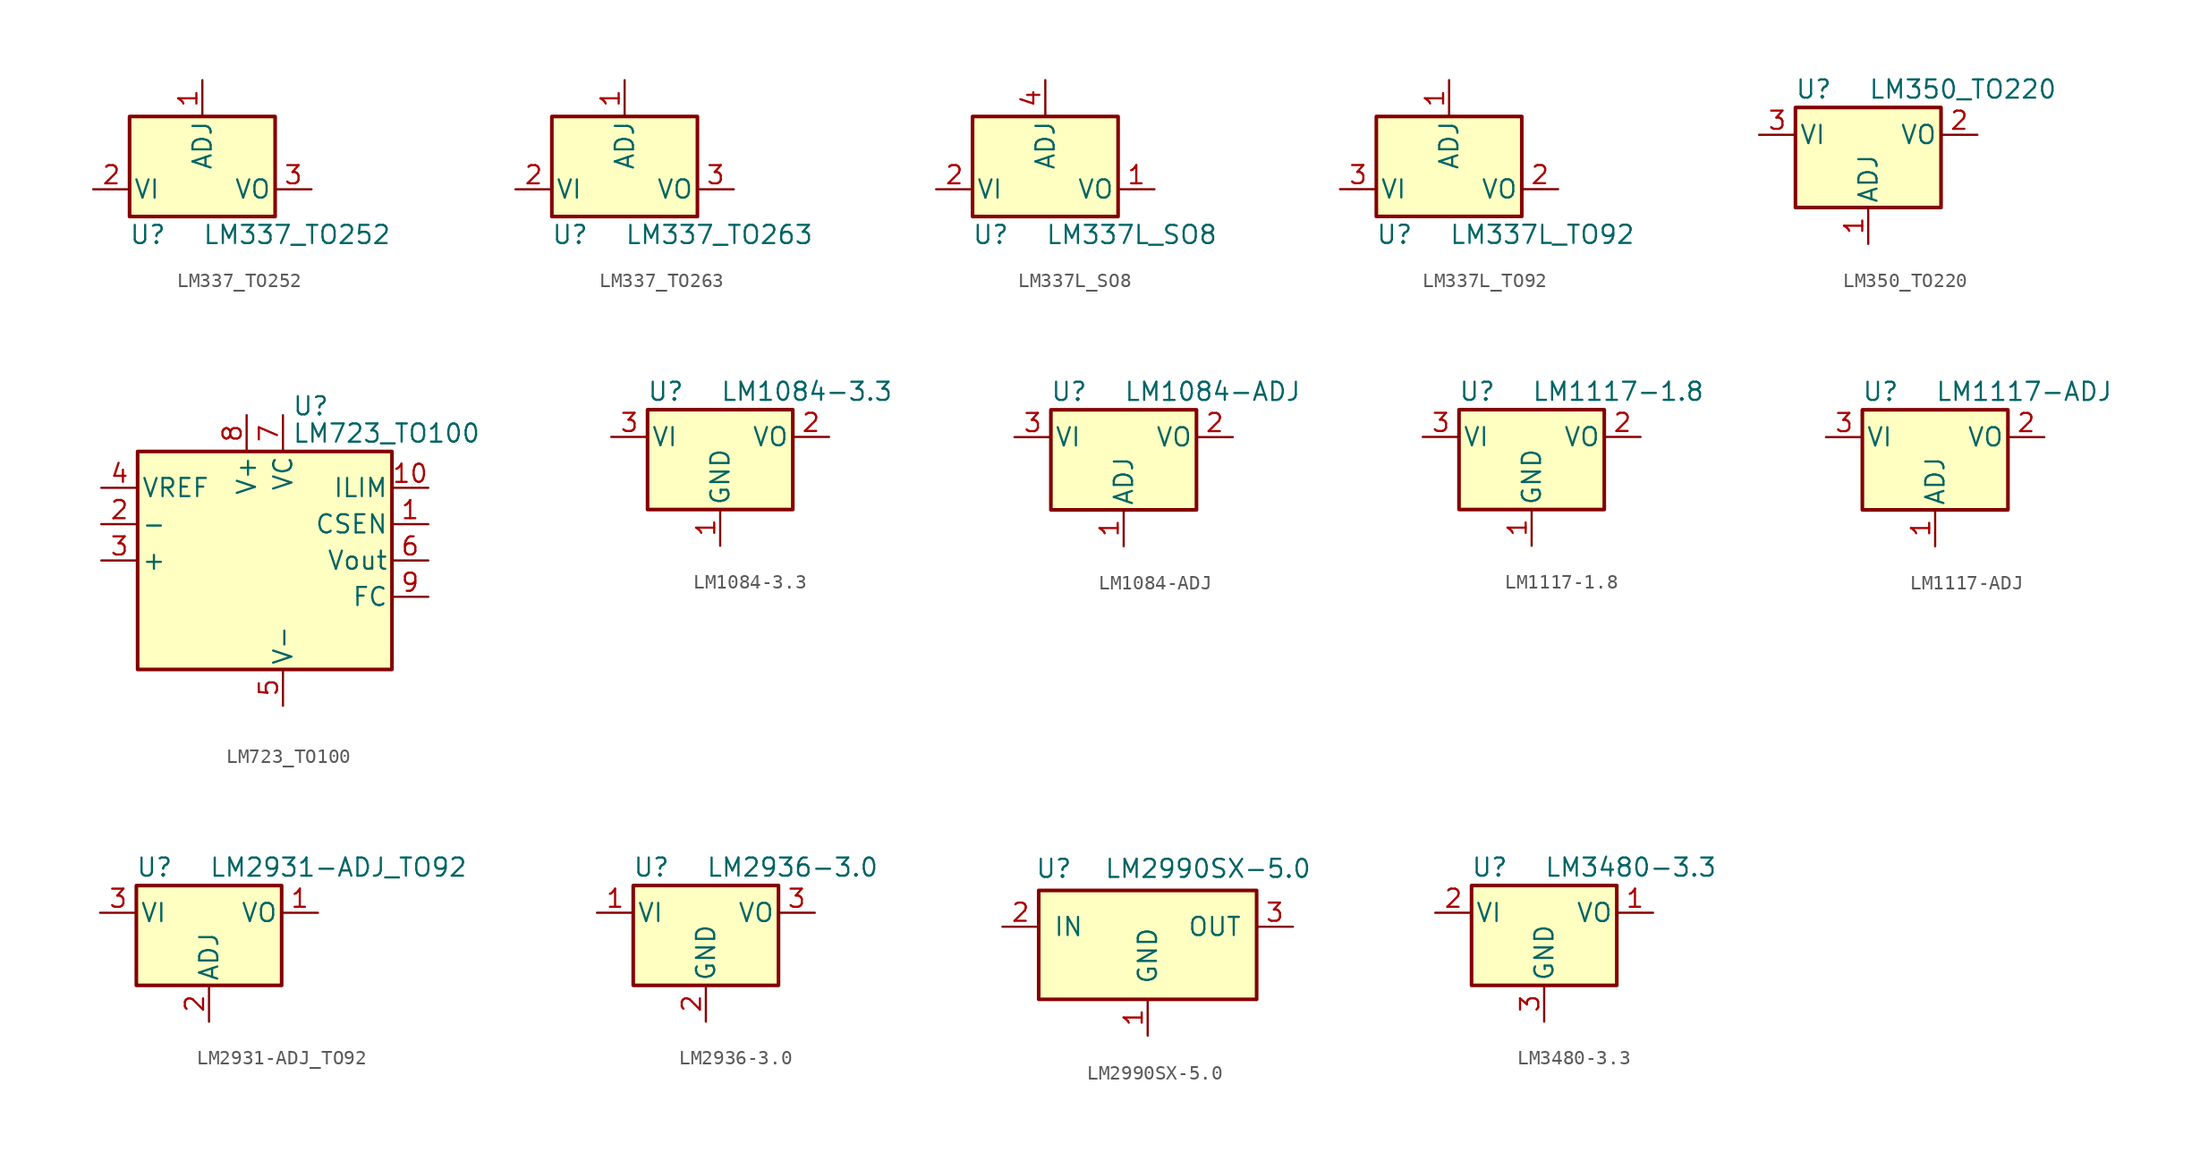
<source format=kicad_sym>
(kicad_symbol_lib
  (version 20220914)
  (generator kicad_symbol_editor)
  (symbol "LM337_TO252"
    (pin_names
      (offset 0.254))
    (property "Reference" "U"
      (at -3.81 -3.175 0)
      (effects (font (size 1.27 1.27))))
    (property "Value" "LM337_TO252"
      (at 0 -3.175 0)
      (effects (font (size 1.27 1.27)) (justify left)))
    (symbol "LM337_TO252_0_1"
      (rectangle (start -5.08 5.08) (end 5.08 -1.905) (stroke (width 0.254) (type solid)) (fill (type background))))
    (symbol "LM337_TO252_1_1"
      (pin input line (at 0 7.62 270) (length 2.54) (name "ADJ" (effects (font (size 1.27 1.27)))) (number "1" (effects (font (size 1.27 1.27)))))
      (pin power_in line (at -7.62 0 0) (length 2.54) (name "VI" (effects (font (size 1.27 1.27)))) (number "2" (effects (font (size 1.27 1.27)))))
      (pin power_out line (at 7.62 0 180) (length 2.54) (name "VO" (effects (font (size 1.27 1.27)))) (number "3" (effects (font (size 1.27 1.27)))))))
  (symbol "LM337_TO263"
    (pin_names
      (offset 0.254))
    (property "Reference" "U"
      (at -3.81 -3.175 0)
      (effects (font (size 1.27 1.27))))
    (property "Value" "LM337_TO263"
      (at 0 -3.175 0)
      (effects (font (size 1.27 1.27)) (justify left)))
    (symbol "LM337_TO263_0_1"
      (rectangle (start -5.08 5.08) (end 5.08 -1.905) (stroke (width 0.254) (type solid)) (fill (type background))))
    (symbol "LM337_TO263_1_1"
      (pin input line (at 0 7.62 270) (length 2.54) (name "ADJ" (effects (font (size 1.27 1.27)))) (number "1" (effects (font (size 1.27 1.27)))))
      (pin power_in line (at -7.62 0 0) (length 2.54) (name "VI" (effects (font (size 1.27 1.27)))) (number "2" (effects (font (size 1.27 1.27)))))
      (pin power_out line (at 7.62 0 180) (length 2.54) (name "VO" (effects (font (size 1.27 1.27)))) (number "3" (effects (font (size 1.27 1.27)))))))
  (symbol "LM337L_SO8"
    (pin_names
      (offset 0.254))
    (property "Reference" "U"
      (at -3.81 -3.175 0)
      (effects (font (size 1.27 1.27))))
    (property "Value" "LM337L_SO8"
      (at 0 -3.175 0)
      (effects (font (size 1.27 1.27)) (justify left)))
    (symbol "LM337L_SO8_0_1"
      (rectangle (start -5.08 5.08) (end 5.08 -1.905) (stroke (width 0.254) (type solid)) (fill (type background))))
    (symbol "LM337L_SO8_1_1"
      (pin power_out line (at 7.62 0 180) (length 2.54) (name "VO" (effects (font (size 1.27 1.27)))) (number "1" (effects (font (size 1.27 1.27)))))
      (pin power_in line (at -7.62 0 0) (length 2.54) (name "VI" (effects (font (size 1.27 1.27)))) (number "2" (effects (font (size 1.27 1.27)))))
      (pin passive line (at -7.62 0 0) (length 2.54) hide (name "VI" (effects (font (size 1.27 1.27)))) (number "3" (effects (font (size 1.27 1.27)))))
      (pin input line (at 0 7.62 270) (length 2.54) (name "ADJ" (effects (font (size 1.27 1.27)))) (number "4" (effects (font (size 1.27 1.27)))))
      (pin no_connect line (at -7.62 2.54 0) (length 2.54) hide (name "NC" (effects (font (size 1.27 1.27)))) (number "5" (effects (font (size 1.27 1.27)))))
      (pin passive line (at -7.62 0 0) (length 2.54) hide (name "VI" (effects (font (size 1.27 1.27)))) (number "6" (effects (font (size 1.27 1.27)))))
      (pin passive line (at -7.62 0 0) (length 2.54) hide (name "VI" (effects (font (size 1.27 1.27)))) (number "7" (effects (font (size 1.27 1.27)))))
      (pin no_connect line (at 7.62 2.54 180) (length 2.54) hide (name "NC" (effects (font (size 1.27 1.27)))) (number "8" (effects (font (size 1.27 1.27)))))))
  (symbol "LM337L_TO92"
    (pin_names
      (offset 0.254))
    (property "Reference" "U"
      (at -3.81 -3.175 0)
      (effects (font (size 1.27 1.27))))
    (property "Value" "LM337L_TO92"
      (at 0 -3.175 0)
      (effects (font (size 1.27 1.27)) (justify left)))
    (symbol "LM337L_TO92_0_1"
      (rectangle (start -5.08 5.08) (end 5.08 -1.905) (stroke (width 0.254) (type solid)) (fill (type background))))
    (symbol "LM337L_TO92_1_1"
      (pin input line (at 0 7.62 270) (length 2.54) (name "ADJ" (effects (font (size 1.27 1.27)))) (number "1" (effects (font (size 1.27 1.27)))))
      (pin power_out line (at 7.62 0 180) (length 2.54) (name "VO" (effects (font (size 1.27 1.27)))) (number "2" (effects (font (size 1.27 1.27)))))
      (pin power_in line (at -7.62 0 0) (length 2.54) (name "VI" (effects (font (size 1.27 1.27)))) (number "3" (effects (font (size 1.27 1.27)))))))
  (symbol "LM350_TO220"
    (pin_names
      (offset 0.254))
    (property "Reference" "U"
      (at -3.81 3.175 0)
      (effects (font (size 1.27 1.27))))
    (property "Value" "LM350_TO220"
      (at 0 3.175 0)
      (effects (font (size 1.27 1.27)) (justify left)))
    (symbol "LM350_TO220_0_1"
      (rectangle (start -5.08 1.905) (end 5.08 -5.08) (stroke (width 0.254) (type solid)) (fill (type background))))
    (symbol "LM350_TO220_1_1"
      (pin input line (at 0 -7.62 90) (length 2.54) (name "ADJ" (effects (font (size 1.27 1.27)))) (number "1" (effects (font (size 1.27 1.27)))))
      (pin power_out line (at 7.62 0 180) (length 2.54) (name "VO" (effects (font (size 1.27 1.27)))) (number "2" (effects (font (size 1.27 1.27)))))
      (pin power_in line (at -7.62 0 0) (length 2.54) (name "VI" (effects (font (size 1.27 1.27)))) (number "3" (effects (font (size 1.27 1.27)))))))
  (symbol "LM723_TO100"
    (pin_names
      (offset 0.254))
    (property "Reference" "U"
      (at 0.635 10.795 0)
      (effects (font (size 1.27 1.27)) (justify left)))
    (property "Value" "LM723_TO100"
      (at 0.635 8.89 0)
      (effects (font (size 1.27 1.27)) (justify left)))
    (symbol "LM723_TO100_0_1"
      (rectangle (start -10.16 -7.62) (end 7.62 7.62) (stroke (width 0.254) (type solid)) (fill (type background))))
    (symbol "LM723_TO100_1_1"
      (pin input line (at 10.16 2.54 180) (length 2.54) (name "CSEN" (effects (font (size 1.27 1.27)))) (number "1" (effects (font (size 1.27 1.27)))))
      (pin input line (at 10.16 5.08 180) (length 2.54) (name "ILIM" (effects (font (size 1.27 1.27)))) (number "10" (effects (font (size 1.27 1.27)))))
      (pin input line (at -12.7 2.54 0) (length 2.54) (name "-" (effects (font (size 1.27 1.27)))) (number "2" (effects (font (size 1.27 1.27)))))
      (pin input line (at -12.7 0 0) (length 2.54) (name "+" (effects (font (size 1.27 1.27)))) (number "3" (effects (font (size 1.27 1.27)))))
      (pin power_out line (at -12.7 5.08 0) (length 2.54) (name "VREF" (effects (font (size 1.27 1.27)))) (number "4" (effects (font (size 1.27 1.27)))))
      (pin power_in line (at 0 -10.16 90) (length 2.54) (name "V-" (effects (font (size 1.27 1.27)))) (number "5" (effects (font (size 1.27 1.27)))))
      (pin power_out line (at 10.16 0 180) (length 2.54) (name "Vout" (effects (font (size 1.27 1.27)))) (number "6" (effects (font (size 1.27 1.27)))))
      (pin power_in line (at 0 10.16 270) (length 2.54) (name "VC" (effects (font (size 1.27 1.27)))) (number "7" (effects (font (size 1.27 1.27)))))
      (pin power_in line (at -2.54 10.16 270) (length 2.54) (name "V+" (effects (font (size 1.27 1.27)))) (number "8" (effects (font (size 1.27 1.27)))))
      (pin input line (at 10.16 -2.54 180) (length 2.54) (name "FC" (effects (font (size 1.27 1.27)))) (number "9" (effects (font (size 1.27 1.27)))))))
  (symbol "LM1084-3.3"
    (pin_names
      (offset 0.254))
    (property "Reference" "U"
      (at -3.81 3.175 0)
      (effects (font (size 1.27 1.27))))
    (property "Value" "LM1084-3.3"
      (at 0 3.175 0)
      (effects (font (size 1.27 1.27)) (justify left)))
    (symbol "LM1084-3.3_0_1"
      (rectangle (start -5.08 1.905) (end 5.08 -5.08) (stroke (width 0.254) (type solid)) (fill (type background))))
    (symbol "LM1084-3.3_1_1"
      (pin power_in line (at 0 -7.62 90) (length 2.54) (name "GND" (effects (font (size 1.27 1.27)))) (number "1" (effects (font (size 1.27 1.27)))))
      (pin power_out line (at 7.62 0 180) (length 2.54) (name "VO" (effects (font (size 1.27 1.27)))) (number "2" (effects (font (size 1.27 1.27)))))
      (pin power_in line (at -7.62 0 0) (length 2.54) (name "VI" (effects (font (size 1.27 1.27)))) (number "3" (effects (font (size 1.27 1.27)))))))
  (symbol "LM1084-ADJ"
    (pin_names
      (offset 0.254))
    (property "Reference" "U"
      (at -3.81 3.175 0)
      (effects (font (size 1.27 1.27))))
    (property "Value" "LM1084-ADJ"
      (at 0 3.175 0)
      (effects (font (size 1.27 1.27)) (justify left)))
    (symbol "LM1084-ADJ_0_1"
      (rectangle (start -5.08 1.905) (end 5.08 -5.08) (stroke (width 0.254) (type solid)) (fill (type background))))
    (symbol "LM1084-ADJ_1_1"
      (pin input line (at 0 -7.62 90) (length 2.54) (name "ADJ" (effects (font (size 1.27 1.27)))) (number "1" (effects (font (size 1.27 1.27)))))
      (pin power_out line (at 7.62 0 180) (length 2.54) (name "VO" (effects (font (size 1.27 1.27)))) (number "2" (effects (font (size 1.27 1.27)))))
      (pin power_in line (at -7.62 0 0) (length 2.54) (name "VI" (effects (font (size 1.27 1.27)))) (number "3" (effects (font (size 1.27 1.27)))))))
  (symbol "LM1117-1.8"
    (pin_names
      (offset 0.254))
    (property "Reference" "U"
      (at -3.81 3.175 0)
      (effects (font (size 1.27 1.27))))
    (property "Value" "LM1117-1.8"
      (at 0 3.175 0)
      (effects (font (size 1.27 1.27)) (justify left)))
    (symbol "LM1117-1.8_0_1"
      (rectangle (start -5.08 -5.08) (end 5.08 1.905) (stroke (width 0.254) (type solid)) (fill (type background))))
    (symbol "LM1117-1.8_1_1"
      (pin power_in line (at 0 -7.62 90) (length 2.54) (name "GND" (effects (font (size 1.27 1.27)))) (number "1" (effects (font (size 1.27 1.27)))))
      (pin power_out line (at 7.62 0 180) (length 2.54) (name "VO" (effects (font (size 1.27 1.27)))) (number "2" (effects (font (size 1.27 1.27)))))
      (pin power_in line (at -7.62 0 0) (length 2.54) (name "VI" (effects (font (size 1.27 1.27)))) (number "3" (effects (font (size 1.27 1.27)))))))
  (symbol "LM1117-ADJ"
    (pin_names
      (offset 0.254))
    (property "Reference" "U"
      (at -3.81 3.175 0)
      (effects (font (size 1.27 1.27))))
    (property "Value" "LM1117-ADJ"
      (at 0 3.175 0)
      (effects (font (size 1.27 1.27)) (justify left)))
    (symbol "LM1117-ADJ_0_1"
      (rectangle (start -5.08 -5.08) (end 5.08 1.905) (stroke (width 0.254) (type solid)) (fill (type background))))
    (symbol "LM1117-ADJ_1_1"
      (pin input line (at 0 -7.62 90) (length 2.54) (name "ADJ" (effects (font (size 1.27 1.27)))) (number "1" (effects (font (size 1.27 1.27)))))
      (pin power_out line (at 7.62 0 180) (length 2.54) (name "VO" (effects (font (size 1.27 1.27)))) (number "2" (effects (font (size 1.27 1.27)))))
      (pin power_in line (at -7.62 0 0) (length 2.54) (name "VI" (effects (font (size 1.27 1.27)))) (number "3" (effects (font (size 1.27 1.27)))))))
  (symbol "LM2931-ADJ_TO92"
    (pin_names
      (offset 0.254))
    (property "Reference" "U"
      (at -3.81 3.175 0)
      (effects (font (size 1.27 1.27))))
    (property "Value" "LM2931-ADJ_TO92"
      (at 0 3.175 0)
      (effects (font (size 1.27 1.27)) (justify left)))
    (symbol "LM2931-ADJ_TO92_0_1"
      (rectangle (start -5.08 1.905) (end 5.08 -5.08) (stroke (width 0.254) (type solid)) (fill (type background))))
    (symbol "LM2931-ADJ_TO92_1_1"
      (pin power_out line (at 7.62 0 180) (length 2.54) (name "VO" (effects (font (size 1.27 1.27)))) (number "1" (effects (font (size 1.27 1.27)))))
      (pin input line (at 0 -7.62 90) (length 2.54) (name "ADJ" (effects (font (size 1.27 1.27)))) (number "2" (effects (font (size 1.27 1.27)))))
      (pin power_in line (at -7.62 0 0) (length 2.54) (name "VI" (effects (font (size 1.27 1.27)))) (number "3" (effects (font (size 1.27 1.27)))))))
  (symbol "LM2936-3.0"
    (pin_names
      (offset 0.254))
    (property "Reference" "U"
      (at -3.81 3.175 0)
      (effects (font (size 1.27 1.27))))
    (property "Value" "LM2936-3.0"
      (at 0 3.175 0)
      (effects (font (size 1.27 1.27)) (justify left)))
    (symbol "LM2936-3.0_0_1"
      (rectangle (start -5.08 1.905) (end 5.08 -5.08) (stroke (width 0.254) (type solid)) (fill (type background))))
    (symbol "LM2936-3.0_1_1"
      (pin power_in line (at -7.62 0 0) (length 2.54) (name "VI" (effects (font (size 1.27 1.27)))) (number "1" (effects (font (size 1.27 1.27)))))
      (pin power_in line (at 0 -7.62 90) (length 2.54) (name "GND" (effects (font (size 1.27 1.27)))) (number "2" (effects (font (size 1.27 1.27)))))
      (pin power_out line (at 7.62 0 180) (length 2.54) (name "VO" (effects (font (size 1.27 1.27)))) (number "3" (effects (font (size 1.27 1.27)))))))
  (symbol "LM2990SX-5.0"
    (pin_names
      (offset 1.016))
    (property "Reference" "U"
      (at -7.874 4.064 0)
      (effects (font (size 1.27 1.27)) (justify left)))
    (property "Value" "LM2990SX-5.0"
      (at -3.048 4.064 0)
      (effects (font (size 1.27 1.27)) (justify left)))
    (symbol "LM2990SX-5.0_0_1"
      (rectangle (start -7.62 2.54) (end 7.62 -5.08) (stroke (width 0.254) (type solid)) (fill (type background))))
    (symbol "LM2990SX-5.0_1_1"
      (pin power_in line (at 0 -7.62 90) (length 2.54) (name "GND" (effects (font (size 1.27 1.27)))) (number "1" (effects (font (size 1.27 1.27)))))
      (pin power_in line (at -10.16 0 0) (length 2.54) (name "IN" (effects (font (size 1.27 1.27)))) (number "2" (effects (font (size 1.27 1.27)))))
      (pin power_out line (at 10.16 0 180) (length 2.54) (name "OUT" (effects (font (size 1.27 1.27)))) (number "3" (effects (font (size 1.27 1.27)))))))
  (symbol "LM3480-3.3"
    (pin_names
      (offset 0.254))
    (property "Reference" "U"
      (at -3.81 3.175 0)
      (effects (font (size 1.27 1.27))))
    (property "Value" "LM3480-3.3"
      (at 0 3.175 0)
      (effects (font (size 1.27 1.27)) (justify left)))
    (symbol "LM3480-3.3_0_1"
      (rectangle (start -5.08 1.905) (end 5.08 -5.08) (stroke (width 0.254) (type solid)) (fill (type background))))
    (symbol "LM3480-3.3_1_1"
      (pin power_out line (at 7.62 0 180) (length 2.54) (name "VO" (effects (font (size 1.27 1.27)))) (number "1" (effects (font (size 1.27 1.27)))))
      (pin power_in line (at -7.62 0 0) (length 2.54) (name "VI" (effects (font (size 1.27 1.27)))) (number "2" (effects (font (size 1.27 1.27)))))
      (pin power_in line (at 0 -7.62 90) (length 2.54) (name "GND" (effects (font (size 1.27 1.27)))) (number "3" (effects (font (size 1.27 1.27))))))))
</source>
